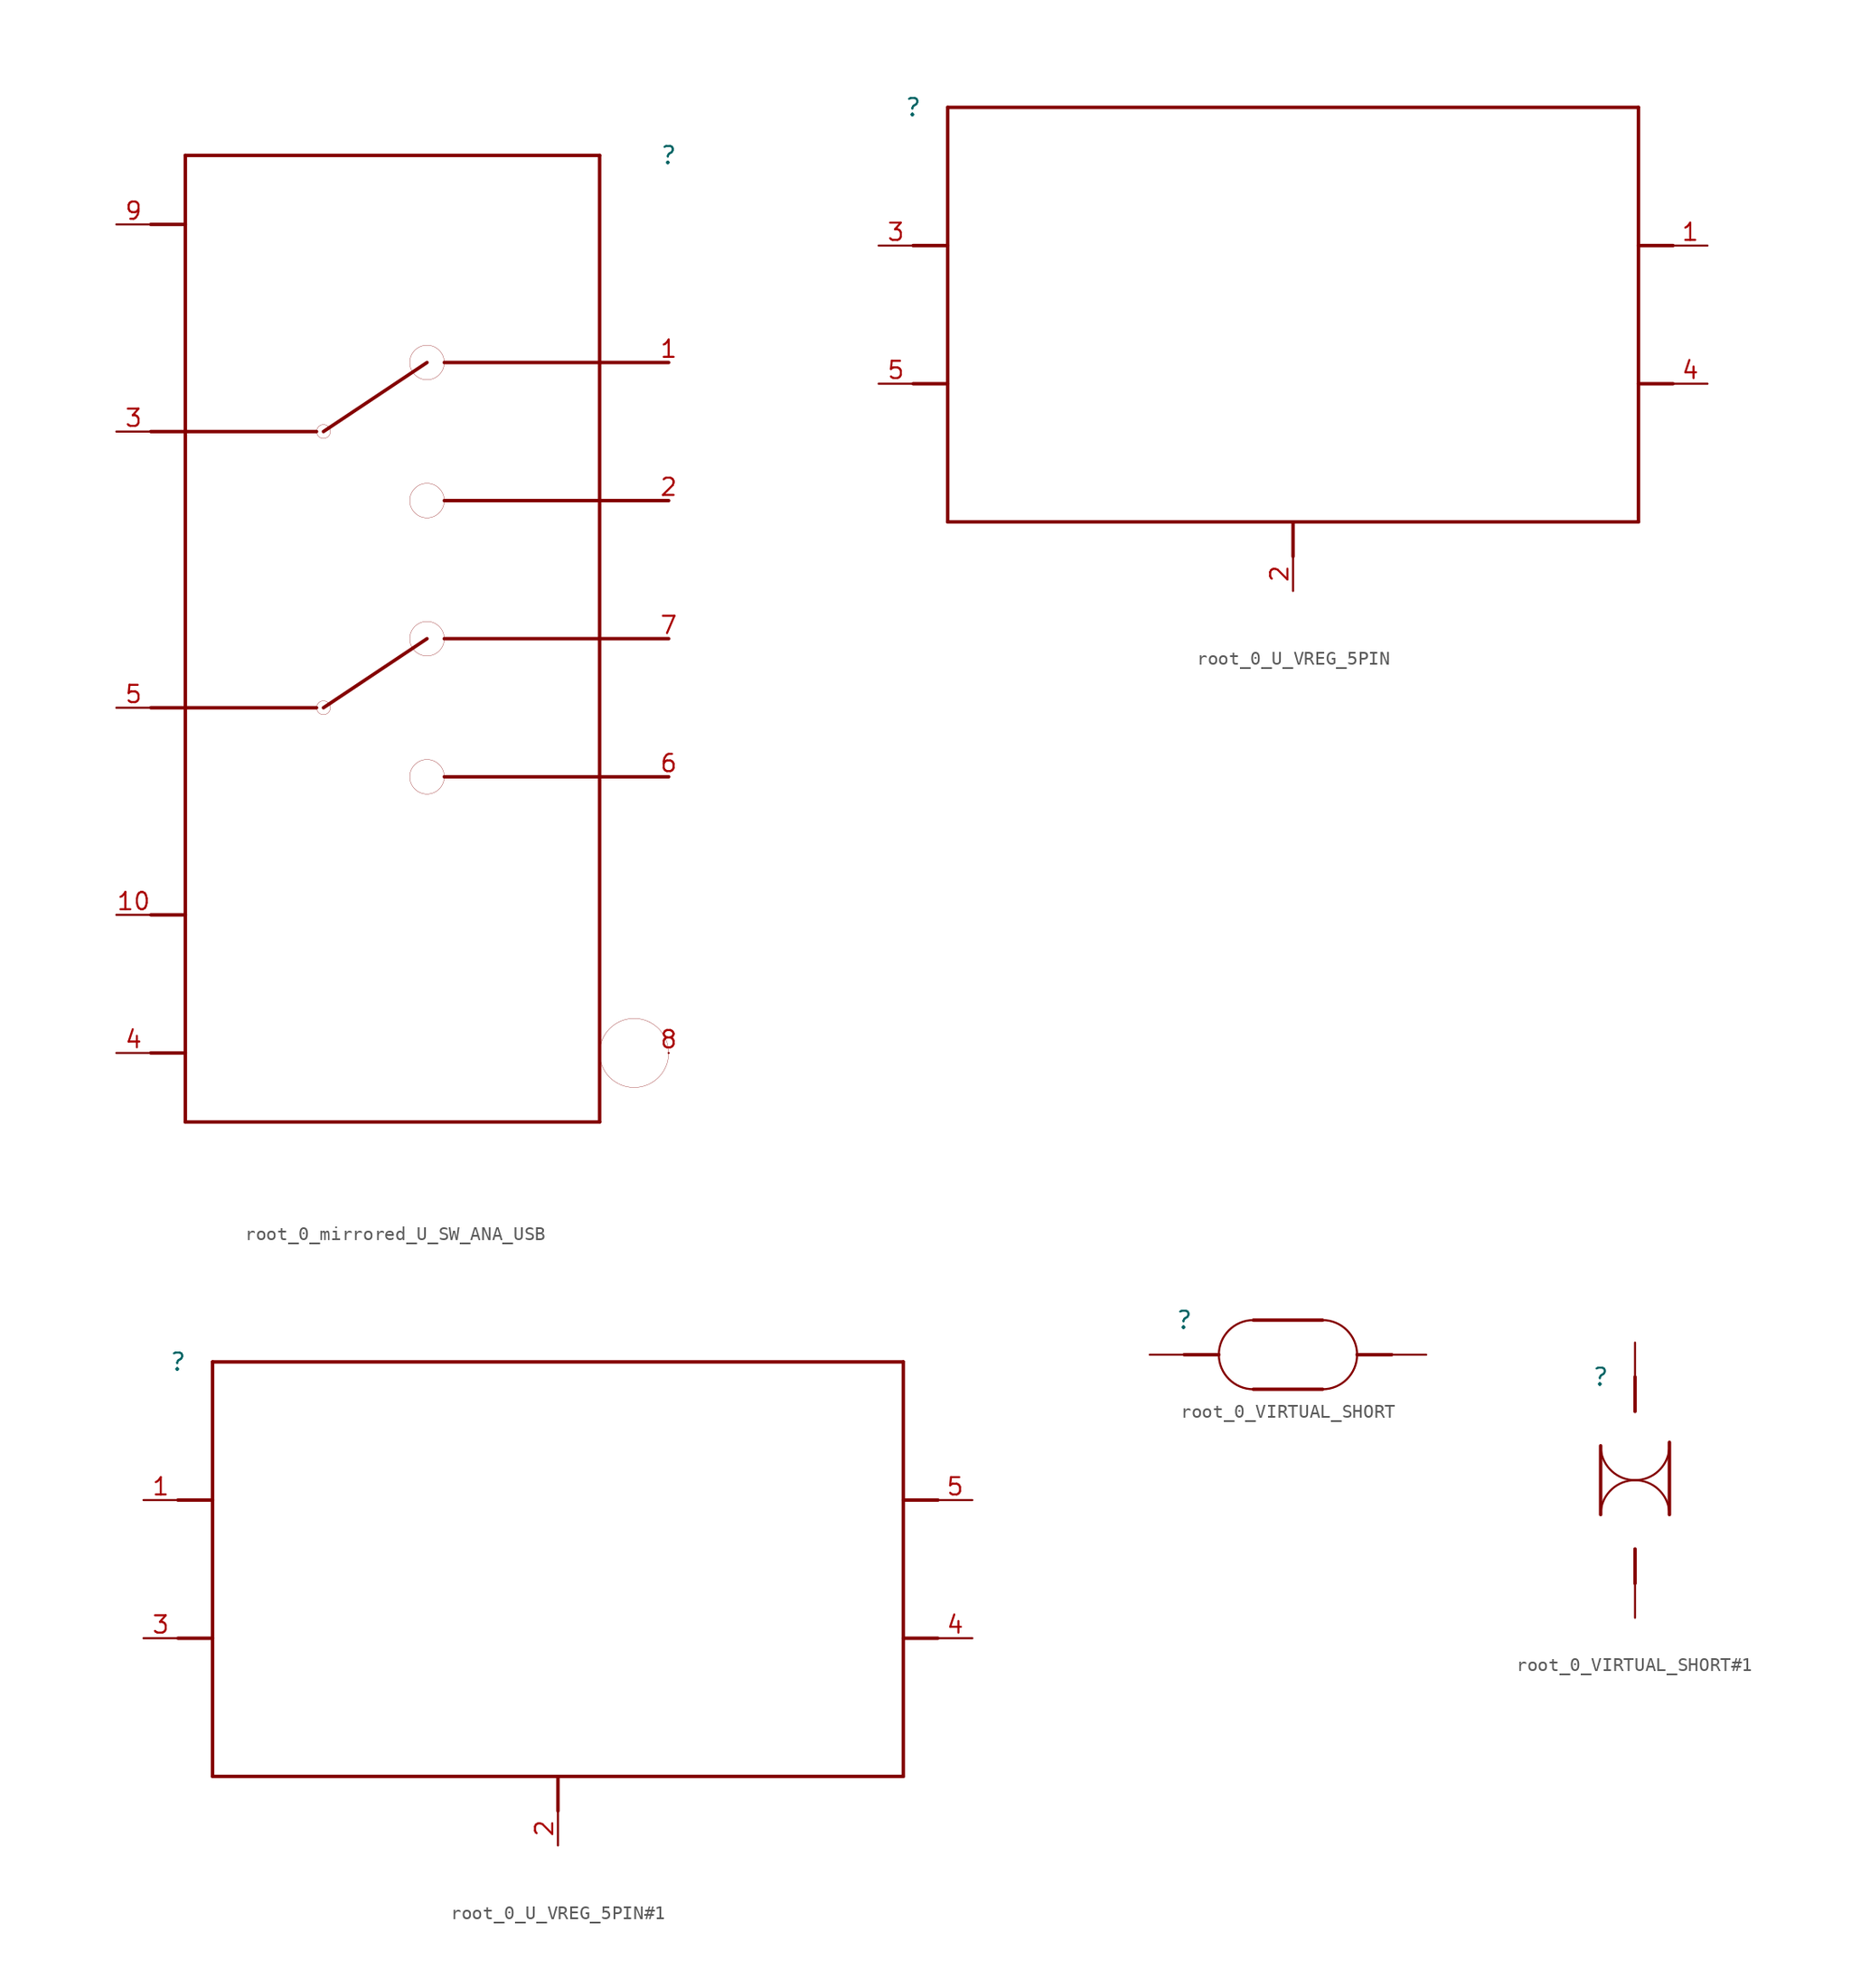
<source format=kicad_sym>
(kicad_symbol_lib
  (version 20220914)
  (generator kicad_symbol_editor)
  (symbol "root_0_mirrored_U_SW_ANA_USB"
    (property "Reference" ""
      (at 0 0 0)
      (effects (font (size 1.27 1.27))))
    (property "Value" ""
      (at 0 0 0)
      (effects (font (size 1.27 1.27))))
    (symbol "root_0_mirrored_U_SW_ANA_USB_1_0"
      (circle (center -25.4 -40.64) (radius 0.508) (stroke (width 0.0001) (type solid)) (fill (type none)))
      (circle (center -25.4 -20.32) (radius 0.508) (stroke (width 0.0001) (type solid)) (fill (type none)))
      (circle (center -17.78 -45.72) (radius 1.27) (stroke (width 0.0001) (type solid)) (fill (type none)))
      (circle (center -17.78 -35.56) (radius 1.27) (stroke (width 0.0001) (type solid)) (fill (type none)))
      (circle (center -17.78 -25.4) (radius 1.27) (stroke (width 0.0001) (type solid)) (fill (type none)))
      (circle (center -17.78 -15.24) (radius 1.27) (stroke (width 0.0001) (type solid)) (fill (type none)))
      (circle (center -2.54 -66.04) (radius 2.54) (stroke (width 0.0001) (type solid)) (fill (type none)))
      (polyline (pts (xy -35.56 -66.04) (xy -38.1 -66.04)) (stroke (width 0.254) (type solid)) (fill (type none)))
      (polyline (pts (xy -35.56 -55.88) (xy -38.1 -55.88)) (stroke (width 0.254) (type solid)) (fill (type none)))
      (polyline (pts (xy -35.56 -5.08) (xy -38.1 -5.08)) (stroke (width 0.254) (type solid)) (fill (type none)))
      (polyline (pts (xy -35.56 0) (xy -35.56 -71.12)) (stroke (width 0.254) (type solid)) (fill (type none)))
      (polyline (pts (xy -25.908 -40.64) (xy -38.1 -40.64)) (stroke (width 0.254) (type solid)) (fill (type none)))
      (polyline (pts (xy -25.908 -20.32) (xy -38.1 -20.32)) (stroke (width 0.254) (type solid)) (fill (type none)))
      (polyline (pts (xy -17.78 -35.56) (xy -25.4 -40.64)) (stroke (width 0.254) (type solid)) (fill (type none)))
      (polyline (pts (xy -17.78 -15.24) (xy -25.4 -20.32)) (stroke (width 0.254) (type solid)) (fill (type none)))
      (polyline (pts (xy -5.08 -71.12) (xy -35.56 -71.12)) (stroke (width 0.254) (type solid)) (fill (type none)))
      (polyline (pts (xy -5.08 0) (xy -35.56 0)) (stroke (width 0.254) (type solid)) (fill (type none)))
      (polyline (pts (xy -5.08 0) (xy -5.08 -71.12)) (stroke (width 0.254) (type solid)) (fill (type none)))
      (polyline (pts (xy 0 -45.72) (xy -16.51 -45.72)) (stroke (width 0.254) (type solid)) (fill (type none)))
      (polyline (pts (xy 0 -35.56) (xy -16.51 -35.56)) (stroke (width 0.254) (type solid)) (fill (type none)))
      (polyline (pts (xy 0 -25.4) (xy -16.51 -25.4)) (stroke (width 0.254) (type solid)) (fill (type none)))
      (polyline (pts (xy 0 -15.24) (xy -16.51 -15.24)) (stroke (width 0.254) (type solid)) (fill (type none)))
      (pin bidirectional line (at 0 -15.24 0) (length 0) (name "HSD1P" (effects (font (size 0 0)))) (number "1" (effects (font (size 1.27 1.27)))))
      (pin input line (at -40.64 -55.88 0) (length 2.54) (name "S" (effects (font (size 0 0)))) (number "10" (effects (font (size 1.27 1.27)))))
      (pin bidirectional line (at 0 -25.4 0) (length 0) (name "HSD2P" (effects (font (size 0 0)))) (number "2" (effects (font (size 1.27 1.27)))))
      (pin bidirectional line (at -40.64 -20.32 0) (length 2.54) (name "DP" (effects (font (size 0 0)))) (number "3" (effects (font (size 1.27 1.27)))))
      (pin input line (at -40.64 -66.04 0) (length 2.54) (name "GND" (effects (font (size 0 0)))) (number "4" (effects (font (size 1.27 1.27)))))
      (pin bidirectional line (at -40.64 -40.64 0) (length 2.54) (name "DN" (effects (font (size 0 0)))) (number "5" (effects (font (size 1.27 1.27)))))
      (pin bidirectional line (at 0 -45.72 0) (length 0) (name "HSD2N" (effects (font (size 0 0)))) (number "6" (effects (font (size 1.27 1.27)))))
      (pin bidirectional line (at 0 -35.56 0) (length 0) (name "HSD1N" (effects (font (size 0 0)))) (number "7" (effects (font (size 1.27 1.27)))))
      (pin input line (at 0 -66.04 0) (length 0) (name "OE*" (effects (font (size 0 0)))) (number "8" (effects (font (size 1.27 1.27)))))
      (pin power_in line (at -40.64 -5.08 0) (length 2.54) (name "VCC" (effects (font (size 0 0)))) (number "9" (effects (font (size 1.27 1.27)))))))
  (symbol "root_0_U_VREG_5PIN"
    (property "Reference" ""
      (at 0 0 0)
      (effects (font (size 1.27 1.27))))
    (property "Value" ""
      (at 0 0 0)
      (effects (font (size 1.27 1.27))))
    (symbol "root_0_U_VREG_5PIN_1_0"
      (polyline (pts (xy 0 -20.32) (xy 2.54 -20.32)) (stroke (width 0.254) (type solid)) (fill (type none)))
      (polyline (pts (xy 0 -10.16) (xy 2.54 -10.16)) (stroke (width 0.254) (type solid)) (fill (type none)))
      (polyline (pts (xy 2.54 -30.48) (xy 2.54 0)) (stroke (width 0.254) (type solid)) (fill (type none)))
      (polyline (pts (xy 2.54 -30.48) (xy 53.34 -30.48)) (stroke (width 0.254) (type solid)) (fill (type none)))
      (polyline (pts (xy 27.94 -30.48) (xy 27.94 -33.02)) (stroke (width 0.254) (type solid)) (fill (type none)))
      (polyline (pts (xy 53.34 -30.48) (xy 53.34 0)) (stroke (width 0.254) (type solid)) (fill (type none)))
      (polyline (pts (xy 53.34 -20.32) (xy 55.88 -20.32)) (stroke (width 0.254) (type solid)) (fill (type none)))
      (polyline (pts (xy 53.34 -10.16) (xy 55.88 -10.16)) (stroke (width 0.254) (type solid)) (fill (type none)))
      (polyline (pts (xy 53.34 0) (xy 2.54 0)) (stroke (width 0.254) (type solid)) (fill (type none)))
      (pin power_in line (at 58.42 -10.16 180) (length 2.54) (name "OUT" (effects (font (size 0 0)))) (number "1" (effects (font (size 1.27 1.27)))))
      (pin input line (at 27.94 -35.56 90) (length 2.54) (name "GND" (effects (font (size 0 0)))) (number "2" (effects (font (size 1.27 1.27)))))
      (pin power_in line (at -2.54 -10.16 0) (length 2.54) (name "IN" (effects (font (size 0 0)))) (number "3" (effects (font (size 1.27 1.27)))))
      (pin bidirectional line (at 58.42 -20.32 180) (length 2.54) (name "NC2" (effects (font (size 0 0)))) (number "4" (effects (font (size 1.27 1.27)))))
      (pin bidirectional line (at -2.54 -20.32 0) (length 2.54) (name "NC1" (effects (font (size 0 0)))) (number "5" (effects (font (size 1.27 1.27)))))))
  (symbol "root_0_U_VREG_5PIN#1"
    (property "Reference" ""
      (at 0 0 0)
      (effects (font (size 1.27 1.27))))
    (property "Value" ""
      (at 0 0 0)
      (effects (font (size 1.27 1.27))))
    (symbol "root_0_U_VREG_5PIN#1_1_0"
      (polyline (pts (xy 0 -20.32) (xy 2.54 -20.32)) (stroke (width 0.254) (type solid)) (fill (type none)))
      (polyline (pts (xy 0 -10.16) (xy 2.54 -10.16)) (stroke (width 0.254) (type solid)) (fill (type none)))
      (polyline (pts (xy 2.54 -30.48) (xy 2.54 0)) (stroke (width 0.254) (type solid)) (fill (type none)))
      (polyline (pts (xy 2.54 -30.48) (xy 53.34 -30.48)) (stroke (width 0.254) (type solid)) (fill (type none)))
      (polyline (pts (xy 27.94 -30.48) (xy 27.94 -33.02)) (stroke (width 0.254) (type solid)) (fill (type none)))
      (polyline (pts (xy 53.34 -30.48) (xy 53.34 0)) (stroke (width 0.254) (type solid)) (fill (type none)))
      (polyline (pts (xy 53.34 -20.32) (xy 55.88 -20.32)) (stroke (width 0.254) (type solid)) (fill (type none)))
      (polyline (pts (xy 53.34 -10.16) (xy 55.88 -10.16)) (stroke (width 0.254) (type solid)) (fill (type none)))
      (polyline (pts (xy 53.34 0) (xy 2.54 0)) (stroke (width 0.254) (type solid)) (fill (type none)))
      (pin bidirectional line (at -2.54 -10.16 0) (length 2.54) (name "IN" (effects (font (size 0 0)))) (number "1" (effects (font (size 1.27 1.27)))))
      (pin input line (at 27.94 -35.56 90) (length 2.54) (name "GND1" (effects (font (size 0 0)))) (number "2" (effects (font (size 1.27 1.27)))))
      (pin bidirectional line (at -2.54 -20.32 0) (length 2.54) (name "EN" (effects (font (size 0 0)))) (number "3" (effects (font (size 1.27 1.27)))))
      (pin input line (at 58.42 -20.32 180) (length 2.54) (name "GND2" (effects (font (size 0 0)))) (number "4" (effects (font (size 1.27 1.27)))))
      (pin bidirectional line (at 58.42 -10.16 180) (length 2.54) (name "OUT" (effects (font (size 0 0)))) (number "5" (effects (font (size 1.27 1.27)))))))
  (symbol "root_0_VIRTUAL_SHORT"
    (property "Reference" ""
      (at 0 0 0)
      (effects (font (size 1.27 1.27))))
    (property "Value" ""
      (at 0 0 0)
      (effects (font (size 1.27 1.27))))
    (symbol "root_0_VIRTUAL_SHORT_1_0"
      (polyline (pts (xy 0 -2.54) (xy 2.54 -2.54)) (stroke (width 0.254) (type solid)) (fill (type none)))
      (polyline (pts (xy 5.08 -5.08) (xy 10.16 -5.08)) (stroke (width 0.254) (type solid)) (fill (type none)))
      (polyline (pts (xy 5.08 0) (xy 10.16 0)) (stroke (width 0.254) (type solid)) (fill (type none)))
      (polyline (pts (xy 12.7 -2.54) (xy 15.24 -2.54)) (stroke (width 0.254) (type solid)) (fill (type none)))
      (arc (start 5.08 0) (mid 2.551 -2.54) (end 5.08 -5.08) (stroke (width 0) (type solid)) (fill (type none)))
      (arc (start 10.16 -5.08) (mid 12.689 -2.54) (end 10.16 0) (stroke (width 0) (type solid)) (fill (type none)))
      (pin bidirectional line (at -2.54 -2.54 0) (length 2.54) (name "A" (effects (font (size 0 0)))) (number "1" (effects (font (size 0 0)))))
      (pin bidirectional line (at 17.78 -2.54 180) (length 2.54) (name "B" (effects (font (size 0 0)))) (number "2" (effects (font (size 0 0)))))))
  (symbol "root_0_VIRTUAL_SHORT#1"
    (property "Reference" ""
      (at 0 0 0)
      (effects (font (size 1.27 1.27))))
    (property "Value" ""
      (at 0 0 0)
      (effects (font (size 1.27 1.27))))
    (symbol "root_0_VIRTUAL_SHORT#1_1_0"
      (polyline (pts (xy 0 -10.16) (xy 0 -5.08)) (stroke (width 0.254) (type solid)) (fill (type none)))
      (polyline (pts (xy 2.54 -12.7) (xy 2.54 -15.24)) (stroke (width 0.254) (type solid)) (fill (type none)))
      (polyline (pts (xy 2.54 0) (xy 2.54 -2.54)) (stroke (width 0.254) (type solid)) (fill (type none)))
      (polyline (pts (xy 5.08 -4.826) (xy 5.08 -10.16)) (stroke (width 0.254) (type solid)) (fill (type none)))
      (arc (start 0.0126 -5.3328) (mid 2.54 -7.62) (end 5.0674 -5.3328) (stroke (width 0) (type solid)) (fill (type none)))
      (arc (start 5.0674 -9.9072) (mid 2.54 -7.62) (end 0.0126 -9.9072) (stroke (width 0) (type solid)) (fill (type none)))
      (pin bidirectional line (at 2.54 2.54 270) (length 2.54) (name "A" (effects (font (size 0 0)))) (number "1" (effects (font (size 0 0)))))
      (pin bidirectional line (at 2.54 -17.78 90) (length 2.54) (name "B" (effects (font (size 0 0)))) (number "2" (effects (font (size 0 0))))))))
</source>
